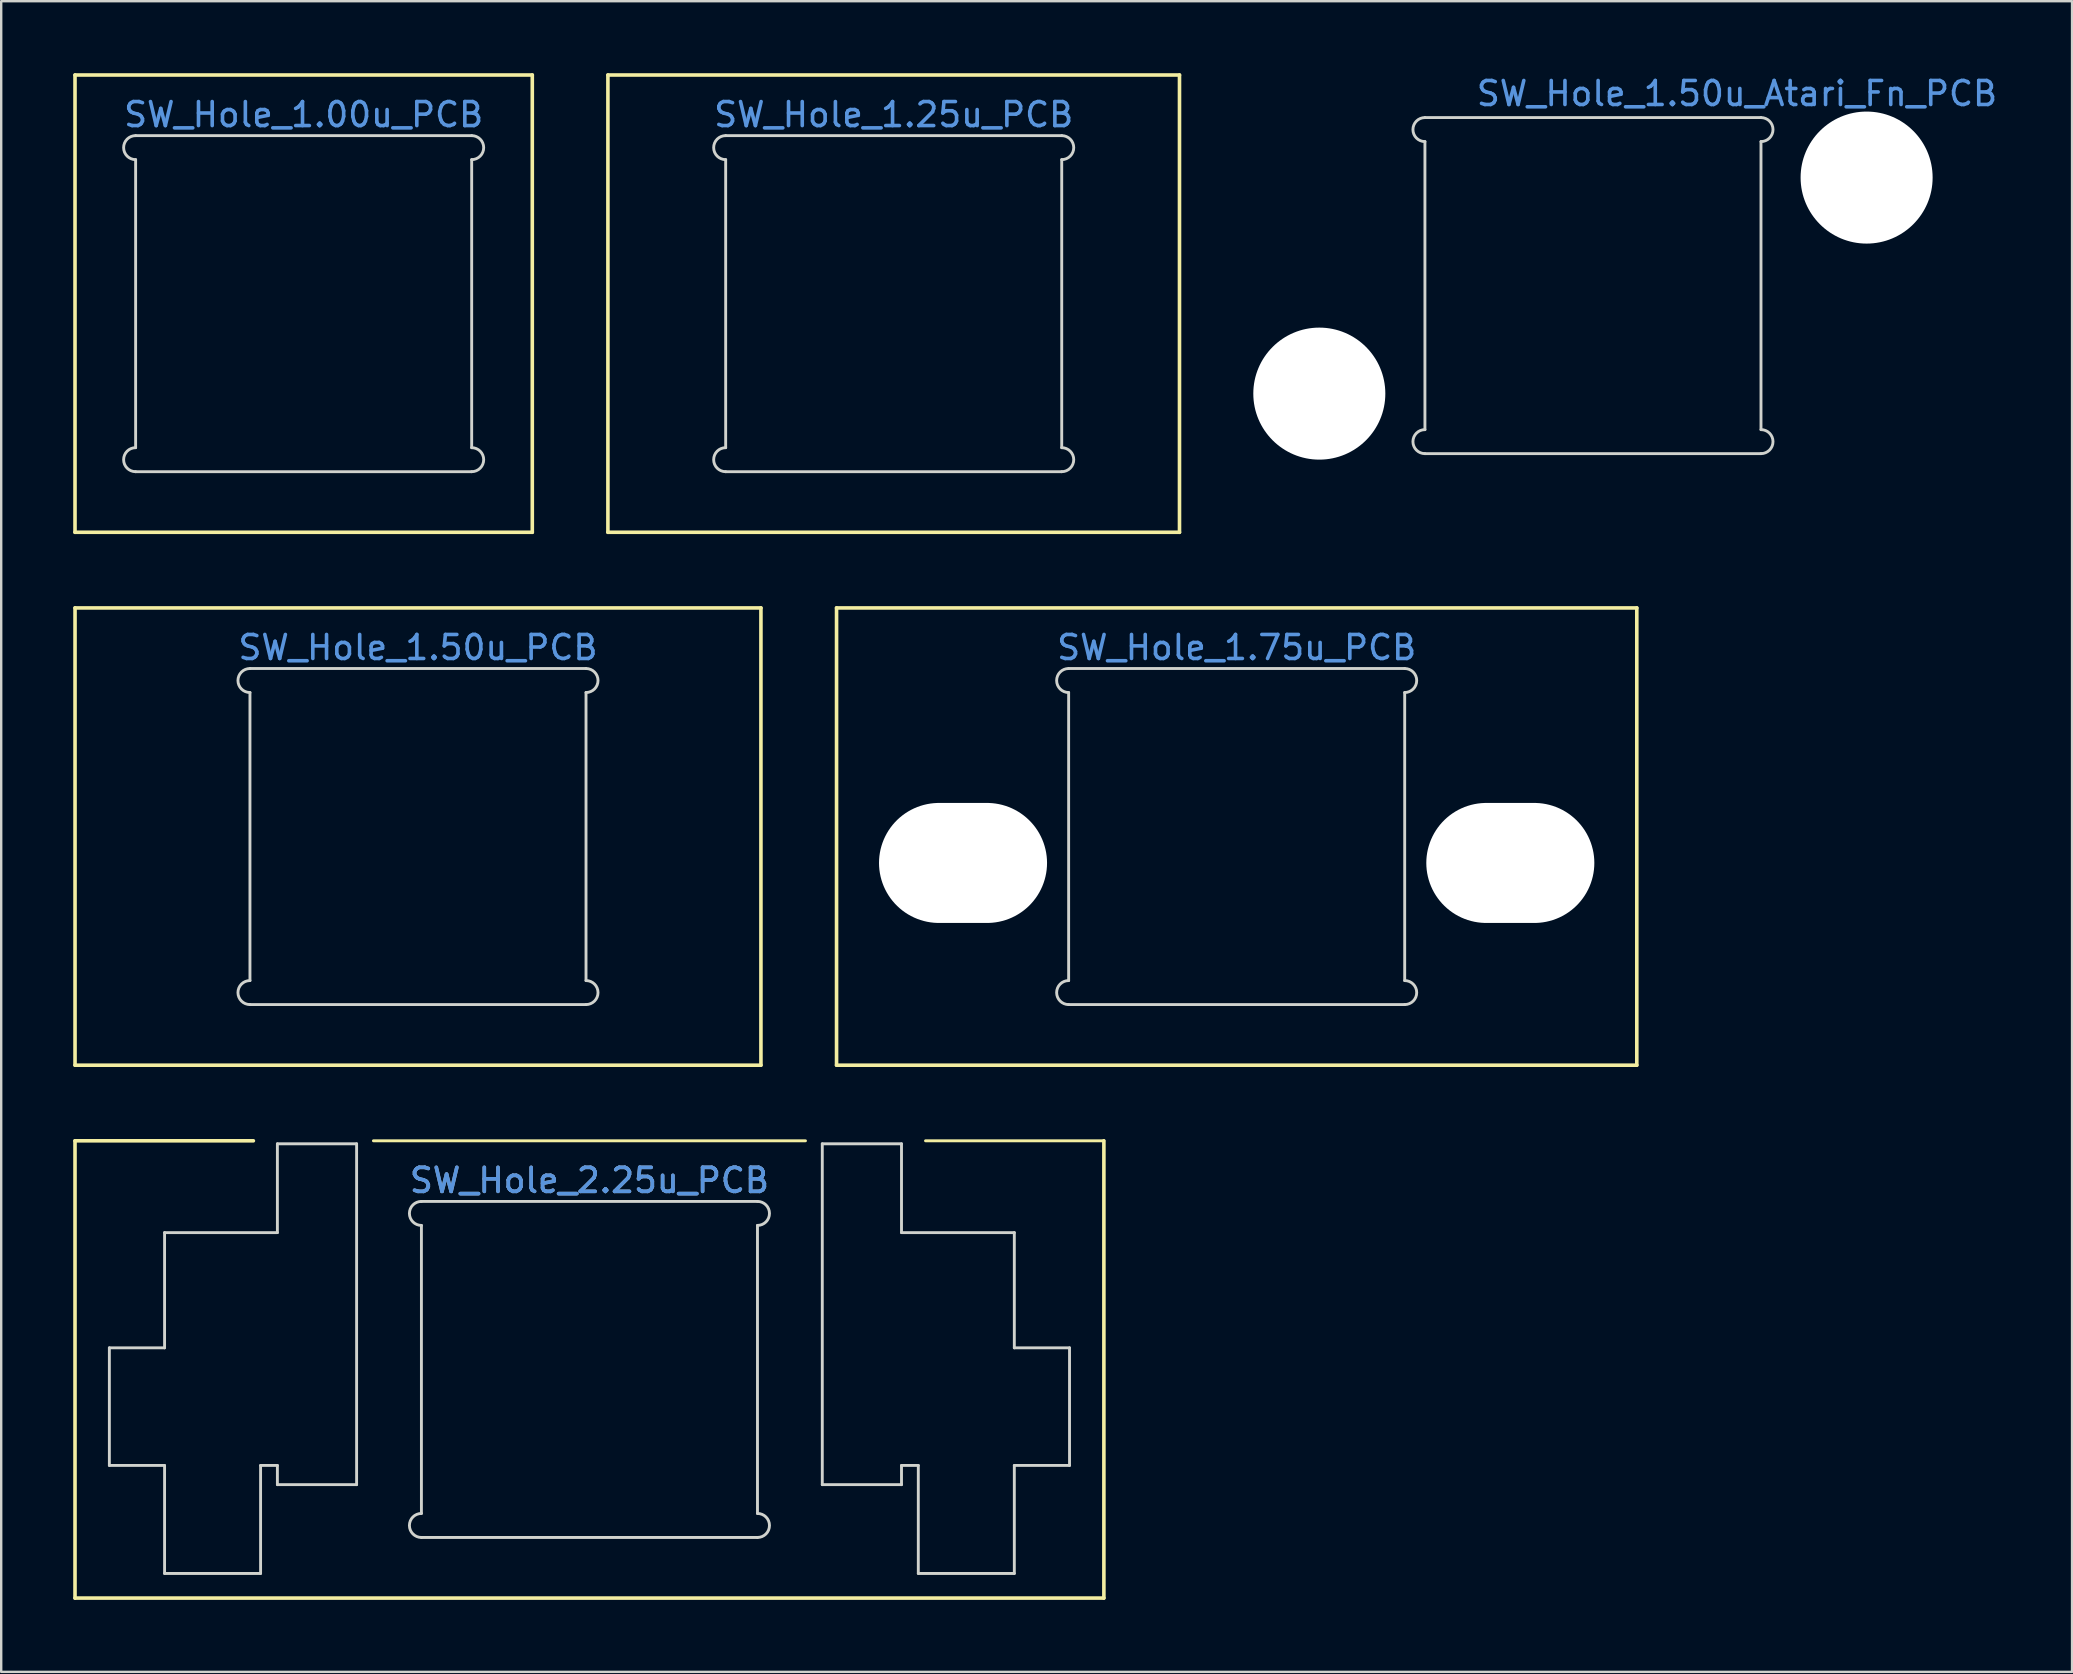
<source format=kicad_pcb>
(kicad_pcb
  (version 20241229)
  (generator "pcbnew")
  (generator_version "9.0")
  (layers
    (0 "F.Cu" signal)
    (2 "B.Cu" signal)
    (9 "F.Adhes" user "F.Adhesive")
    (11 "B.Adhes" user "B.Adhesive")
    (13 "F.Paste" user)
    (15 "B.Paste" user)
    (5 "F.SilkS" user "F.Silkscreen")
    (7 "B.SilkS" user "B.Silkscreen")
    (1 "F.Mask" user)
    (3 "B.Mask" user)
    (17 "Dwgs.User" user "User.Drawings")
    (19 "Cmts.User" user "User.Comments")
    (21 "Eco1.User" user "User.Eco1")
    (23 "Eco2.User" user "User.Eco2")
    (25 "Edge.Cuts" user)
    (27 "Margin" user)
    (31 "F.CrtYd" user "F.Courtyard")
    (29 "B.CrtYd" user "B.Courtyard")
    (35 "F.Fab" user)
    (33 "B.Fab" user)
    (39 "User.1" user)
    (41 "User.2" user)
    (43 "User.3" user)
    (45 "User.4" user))
  (footprint "SW_Hole_1.25u_PCB"
    (layer "F.Cu")
    (at 34.181 9.6)
    (property "Reference" "SW_Hole_1.25u_PCB" (at 0 -7.874 0) (layer "Cmts.User") (effects (font (size 1 1) (thickness 0.15))))
    (attr through_hole)
    (fp_line (start -11.906 -9.525) (end 11.906 -9.525) (stroke (width 0.15) (type solid)) (layer "F.SilkS"))
    (fp_line (start -11.906 9.525) (end -11.906 -9.525) (stroke (width 0.15) (type solid)) (layer "F.SilkS"))
    (fp_line (start 11.906 -9.525) (end 11.906 9.525) (stroke (width 0.15) (type solid)) (layer "F.SilkS"))
    (fp_line (start 11.906 9.525) (end -11.906 9.525) (stroke (width 0.15) (type solid)) (layer "F.SilkS"))
    (fp_line (start -7 -7) (end 7 -7) (stroke (width 0.12) (type solid)) (layer "Edge.Cuts"))
    (fp_line (start -7 -6) (end -7 6) (stroke (width 0.12) (type solid)) (layer "Edge.Cuts"))
    (fp_line (start -7 7) (end 7 7) (stroke (width 0.12) (type solid)) (layer "Edge.Cuts"))
    (fp_line (start 7 -6) (end 7 6) (stroke (width 0.12) (type solid)) (layer "Edge.Cuts"))
    (fp_arc (start -7 -6) (mid -7.5 -6.5) (end -7 -7) (stroke (width 0.12) (type solid)) (layer "Edge.Cuts"))
    (fp_arc (start -7 7) (mid -7.5 6.5) (end -7 6) (stroke (width 0.12) (type solid)) (layer "Edge.Cuts"))
    (fp_arc (start 7 -7) (mid 7.5 -6.5) (end 7 -6) (stroke (width 0.12) (type solid)) (layer "Edge.Cuts"))
    (fp_arc (start 7 6) (mid 7.5 6.5) (end 7 7) (stroke (width 0.12) (type solid)) (layer "Edge.Cuts")))
  (footprint "SW_Hole_1.75u_PCB"
    (layer "F.Cu")
    (at 48.469 31.8)
    (property "Reference" "SW_Hole_1.75u_PCB" (at 0 -7.874 0) (layer "Cmts.User") (effects (font (size 1 1) (thickness 0.15))))
    (attr through_hole)
    (fp_line (start -16.669 -9.525) (end 16.669 -9.525) (stroke (width 0.15) (type solid)) (layer "F.SilkS"))
    (fp_line (start -16.669 9.525) (end -16.669 -9.525) (stroke (width 0.15) (type solid)) (layer "F.SilkS"))
    (fp_line (start 16.669 -9.525) (end 16.669 9.525) (stroke (width 0.15) (type solid)) (layer "F.SilkS"))
    (fp_line (start 16.669 9.525) (end -16.669 9.525) (stroke (width 0.15) (type solid)) (layer "F.SilkS"))
    (fp_line (start -7 -7) (end 7 -7) (stroke (width 0.12) (type solid)) (layer "Edge.Cuts"))
    (fp_line (start -7 -6) (end -7 6) (stroke (width 0.12) (type solid)) (layer "Edge.Cuts"))
    (fp_line (start -7 7) (end 7 7) (stroke (width 0.12) (type solid)) (layer "Edge.Cuts"))
    (fp_line (start 7 -6) (end 7 6) (stroke (width 0.12) (type solid)) (layer "Edge.Cuts"))
    (fp_arc (start -7 -6) (mid -7.5 -6.5) (end -7 -7) (stroke (width 0.12) (type solid)) (layer "Edge.Cuts"))
    (fp_arc (start -7 7) (mid -7.5 6.5) (end -7 6) (stroke (width 0.12) (type solid)) (layer "Edge.Cuts"))
    (fp_arc (start 7 -7) (mid 7.5 -6.5) (end 7 -6) (stroke (width 0.12) (type solid)) (layer "Edge.Cuts"))
    (fp_arc (start 7 6) (mid 7.5 6.5) (end 7 7) (stroke (width 0.12) (type solid)) (layer "Edge.Cuts"))
    (pad "" np_thru_hole oval (at -11.4 1.1) (size 7 5) (drill oval 7 5) (layers "*.Cu" "*.Mask"))
    (pad "" np_thru_hole oval (at 11.4 1.1) (size 7 5) (drill oval 7 5) (layers "*.Cu" "*.Mask")))
  (footprint "SW_Hole_2.25u_PCB"
    (layer "F.Cu")
    (at 21.506 54)
    (property "Reference" "SW_Hole_2.25u_PCB" (at 0 -7.874 0) (layer "Cmts.User") (effects (font (size 1 1) (thickness 0.15))))
    (attr through_hole)
    (fp_line (start -21.431 -9.525) (end -14 -9.525) (stroke (width 0.15) (type solid)) (layer "F.SilkS"))
    (fp_line (start -21.431 9.525) (end -21.431 -9.525) (stroke (width 0.15) (type solid)) (layer "F.SilkS"))
    (fp_line (start -9 -9.525) (end 9 -9.525) (stroke (width 0.12) (type solid)) (layer "F.SilkS"))
    (fp_line (start 21.431 -9.525) (end 14 -9.525) (stroke (width 0.12) (type solid)) (layer "F.SilkS"))
    (fp_line (start 21.431 -9.525) (end 21.431 9.525) (stroke (width 0.15) (type solid)) (layer "F.SilkS"))
    (fp_line (start 21.431 9.525) (end -21.431 9.525) (stroke (width 0.15) (type solid)) (layer "F.SilkS"))
    (fp_line (start -20 -0.9) (end -17.7 -0.9) (stroke (width 0.12) (type solid)) (layer "Edge.Cuts"))
    (fp_line (start -20 4) (end -20 -0.9) (stroke (width 0.12) (type solid)) (layer "Edge.Cuts"))
    (fp_line (start -17.7 -5.7) (end -17.7 -0.9) (stroke (width 0.12) (type solid)) (layer "Edge.Cuts"))
    (fp_line (start -17.7 4) (end -20 4) (stroke (width 0.12) (type solid)) (layer "Edge.Cuts"))
    (fp_line (start -17.7 8.5) (end -17.7 4) (stroke (width 0.12) (type solid)) (layer "Edge.Cuts"))
    (fp_line (start -13.7 4) (end -13.7 8.5) (stroke (width 0.12) (type solid)) (layer "Edge.Cuts"))
    (fp_line (start -13.7 8.5) (end -17.7 8.5) (stroke (width 0.12) (type solid)) (layer "Edge.Cuts"))
    (fp_line (start -13 -9.4) (end -13 -5.7) (stroke (width 0.12) (type solid)) (layer "Edge.Cuts"))
    (fp_line (start -13 -5.7) (end -17.7 -5.7) (stroke (width 0.12) (type solid)) (layer "Edge.Cuts"))
    (fp_line (start -13 4) (end -13.7 4) (stroke (width 0.12) (type solid)) (layer "Edge.Cuts"))
    (fp_line (start -13 4.8) (end -13 4) (stroke (width 0.12) (type solid)) (layer "Edge.Cuts"))
    (fp_line (start -9.7 -9.4) (end -13 -9.4) (stroke (width 0.12) (type solid)) (layer "Edge.Cuts"))
    (fp_line (start -9.7 -9.4) (end -9.7 4.8) (stroke (width 0.12) (type solid)) (layer "Edge.Cuts"))
    (fp_line (start -9.7 4.8) (end -13 4.8) (stroke (width 0.12) (type solid)) (layer "Edge.Cuts"))
    (fp_line (start -7 -7) (end 7 -7) (stroke (width 0.12) (type solid)) (layer "Edge.Cuts"))
    (fp_line (start -7 -6) (end -7 6) (stroke (width 0.12) (type solid)) (layer "Edge.Cuts"))
    (fp_line (start -7 7) (end 7 7) (stroke (width 0.12) (type solid)) (layer "Edge.Cuts"))
    (fp_line (start 7 -6) (end 7 6) (stroke (width 0.12) (type solid)) (layer "Edge.Cuts"))
    (fp_line (start 9.7 -9.4) (end 9.7 4.8) (stroke (width 0.12) (type solid)) (layer "Edge.Cuts"))
    (fp_line (start 9.7 -9.4) (end 13 -9.4) (stroke (width 0.12) (type solid)) (layer "Edge.Cuts"))
    (fp_line (start 9.7 4.8) (end 13 4.8) (stroke (width 0.12) (type solid)) (layer "Edge.Cuts"))
    (fp_line (start 13 -9.4) (end 13 -5.7) (stroke (width 0.12) (type solid)) (layer "Edge.Cuts"))
    (fp_line (start 13 -5.7) (end 17.7 -5.7) (stroke (width 0.12) (type solid)) (layer "Edge.Cuts"))
    (fp_line (start 13 4) (end 13.7 4) (stroke (width 0.12) (type solid)) (layer "Edge.Cuts"))
    (fp_line (start 13 4.8) (end 13 4) (stroke (width 0.12) (type solid)) (layer "Edge.Cuts"))
    (fp_line (start 13.7 4) (end 13.7 8.5) (stroke (width 0.12) (type solid)) (layer "Edge.Cuts"))
    (fp_line (start 13.7 8.5) (end 17.7 8.5) (stroke (width 0.12) (type solid)) (layer "Edge.Cuts"))
    (fp_line (start 17.7 -5.7) (end 17.7 -0.9) (stroke (width 0.12) (type solid)) (layer "Edge.Cuts"))
    (fp_line (start 17.7 4) (end 20 4) (stroke (width 0.12) (type solid)) (layer "Edge.Cuts"))
    (fp_line (start 17.7 8.5) (end 17.7 4) (stroke (width 0.12) (type solid)) (layer "Edge.Cuts"))
    (fp_line (start 20 -0.9) (end 17.7 -0.9) (stroke (width 0.12) (type solid)) (layer "Edge.Cuts"))
    (fp_line (start 20 4) (end 20 -0.9) (stroke (width 0.12) (type solid)) (layer "Edge.Cuts"))
    (fp_arc (start -7 -6) (mid -7.5 -6.5) (end -7 -7) (stroke (width 0.12) (type solid)) (layer "Edge.Cuts"))
    (fp_arc (start -7 7) (mid -7.5 6.5) (end -7 6) (stroke (width 0.12) (type solid)) (layer "Edge.Cuts"))
    (fp_arc (start 7 -7) (mid 7.5 -6.5) (end 7 -6) (stroke (width 0.12) (type solid)) (layer "Edge.Cuts"))
    (fp_arc (start 7 6) (mid 7.5 6.5) (end 7 7) (stroke (width 0.12) (type solid)) (layer "Edge.Cuts"))
    (fp_text user "${REFERENCE}" (at 0 -7.874 0) (layer "F.Fab") (effects (font (size 1 1) (thickness 0.15)))))
  (footprint "SW_Hole_1.50u_PCB"
    (layer "F.Cu")
    (at 14.363 31.8)
    (property "Reference" "SW_Hole_1.50u_PCB" (at 0 -7.874 0) (layer "Cmts.User") (effects (font (size 1 1) (thickness 0.15))))
    (attr through_hole)
    (fp_line (start -14.287 -9.525) (end 14.287 -9.525) (stroke (width 0.15) (type solid)) (layer "F.SilkS"))
    (fp_line (start -14.287 9.525) (end -14.287 -9.525) (stroke (width 0.15) (type solid)) (layer "F.SilkS"))
    (fp_line (start 14.287 -9.525) (end 14.287 9.525) (stroke (width 0.15) (type solid)) (layer "F.SilkS"))
    (fp_line (start 14.287 9.525) (end -14.287 9.525) (stroke (width 0.15) (type solid)) (layer "F.SilkS"))
    (fp_line (start -7 -7) (end 7 -7) (stroke (width 0.12) (type solid)) (layer "Edge.Cuts"))
    (fp_line (start -7 -6) (end -7 6) (stroke (width 0.12) (type solid)) (layer "Edge.Cuts"))
    (fp_line (start -7 7) (end 7 7) (stroke (width 0.12) (type solid)) (layer "Edge.Cuts"))
    (fp_line (start 7 -6) (end 7 6) (stroke (width 0.12) (type solid)) (layer "Edge.Cuts"))
    (fp_arc (start -7 -6) (mid -7.5 -6.5) (end -7 -7) (stroke (width 0.12) (type solid)) (layer "Edge.Cuts"))
    (fp_arc (start -7 7) (mid -7.5 6.5) (end -7 6) (stroke (width 0.12) (type solid)) (layer "Edge.Cuts"))
    (fp_arc (start 7 -7) (mid 7.5 -6.5) (end 7 -6) (stroke (width 0.12) (type solid)) (layer "Edge.Cuts"))
    (fp_arc (start 7 6) (mid 7.5 6.5) (end 7 7) (stroke (width 0.12) (type solid)) (layer "Edge.Cuts")))
  (footprint "SW_Hole_1.50u_Atari_Fn_PCB"
    (layer "F.Cu")
    (at 63.312 8.848)
    (property "Reference" "SW_Hole_1.50u_Atari_Fn_PCB" (at 6 -8 0) (layer "Cmts.User") (effects (font (size 1 1) (thickness 0.15))))
    (attr through_hole)
    (fp_line (start -7 -7) (end 7 -7) (stroke (width 0.12) (type solid)) (layer "Edge.Cuts"))
    (fp_line (start -7 -6) (end -7 6) (stroke (width 0.12) (type solid)) (layer "Edge.Cuts"))
    (fp_line (start -7 7) (end 7 7) (stroke (width 0.12) (type solid)) (layer "Edge.Cuts"))
    (fp_line (start 7 -6) (end 7 6) (stroke (width 0.12) (type solid)) (layer "Edge.Cuts"))
    (fp_arc (start -7 -6) (mid -7.5 -6.5) (end -7 -7) (stroke (width 0.12) (type solid)) (layer "Edge.Cuts"))
    (fp_arc (start -7 7) (mid -7.5 6.5) (end -7 6) (stroke (width 0.12) (type solid)) (layer "Edge.Cuts"))
    (fp_arc (start 7 -7) (mid 7.5 -6.5) (end 7 -6) (stroke (width 0.12) (type solid)) (layer "Edge.Cuts"))
    (fp_arc (start 7 6) (mid 7.5 6.5) (end 7 7) (stroke (width 0.12) (type solid)) (layer "Edge.Cuts"))
    (pad "" np_thru_hole circle (at -11.4 4.5 45) (size 5.5 5.5) (drill 5.5) (layers "*.Cu" "*.Mask"))
    (pad "" np_thru_hole circle (at 11.4 -4.5 45) (size 5.5 5.5) (drill 5.5) (layers "*.Cu" "*.Mask")))
  (footprint "SW_Hole_1.00u_PCB"
    (layer "F.Cu")
    (at 9.6 9.6)
    (property "Reference" "SW_Hole_1.00u_PCB" (at 0 -7.874 0) (layer "Cmts.User") (effects (font (size 1 1) (thickness 0.15))))
    (attr through_hole)
    (fp_line (start -9.525 -9.525) (end 9.525 -9.525) (stroke (width 0.15) (type solid)) (layer "F.SilkS"))
    (fp_line (start -9.525 9.525) (end -9.525 -9.525) (stroke (width 0.15) (type solid)) (layer "F.SilkS"))
    (fp_line (start 9.525 -9.525) (end 9.525 9.525) (stroke (width 0.15) (type solid)) (layer "F.SilkS"))
    (fp_line (start 9.525 9.525) (end -9.525 9.525) (stroke (width 0.15) (type solid)) (layer "F.SilkS"))
    (fp_line (start -7 -7) (end 7 -7) (stroke (width 0.12) (type solid)) (layer "Edge.Cuts"))
    (fp_line (start -7 -6) (end -7 6) (stroke (width 0.12) (type solid)) (layer "Edge.Cuts"))
    (fp_line (start -7 7) (end 7 7) (stroke (width 0.12) (type solid)) (layer "Edge.Cuts"))
    (fp_line (start 7 -6) (end 7 6) (stroke (width 0.12) (type solid)) (layer "Edge.Cuts"))
    (fp_arc (start -7 -6) (mid -7.5 -6.5) (end -7 -7) (stroke (width 0.12) (type solid)) (layer "Edge.Cuts"))
    (fp_arc (start -7 7) (mid -7.5 6.5) (end -7 6) (stroke (width 0.12) (type solid)) (layer "Edge.Cuts"))
    (fp_arc (start 7 -7) (mid 7.5 -6.5) (end 7 -6) (stroke (width 0.12) (type solid)) (layer "Edge.Cuts"))
    (fp_arc (start 7 6) (mid 7.5 6.5) (end 7 7) (stroke (width 0.12) (type solid)) (layer "Edge.Cuts")))
  (gr_rect
    (start -3 -3)
    (end 83.271 66.6)
    (stroke (width 0.1) (type default))
    (fill no)
    (layer "Edge.Cuts")))
</source>
